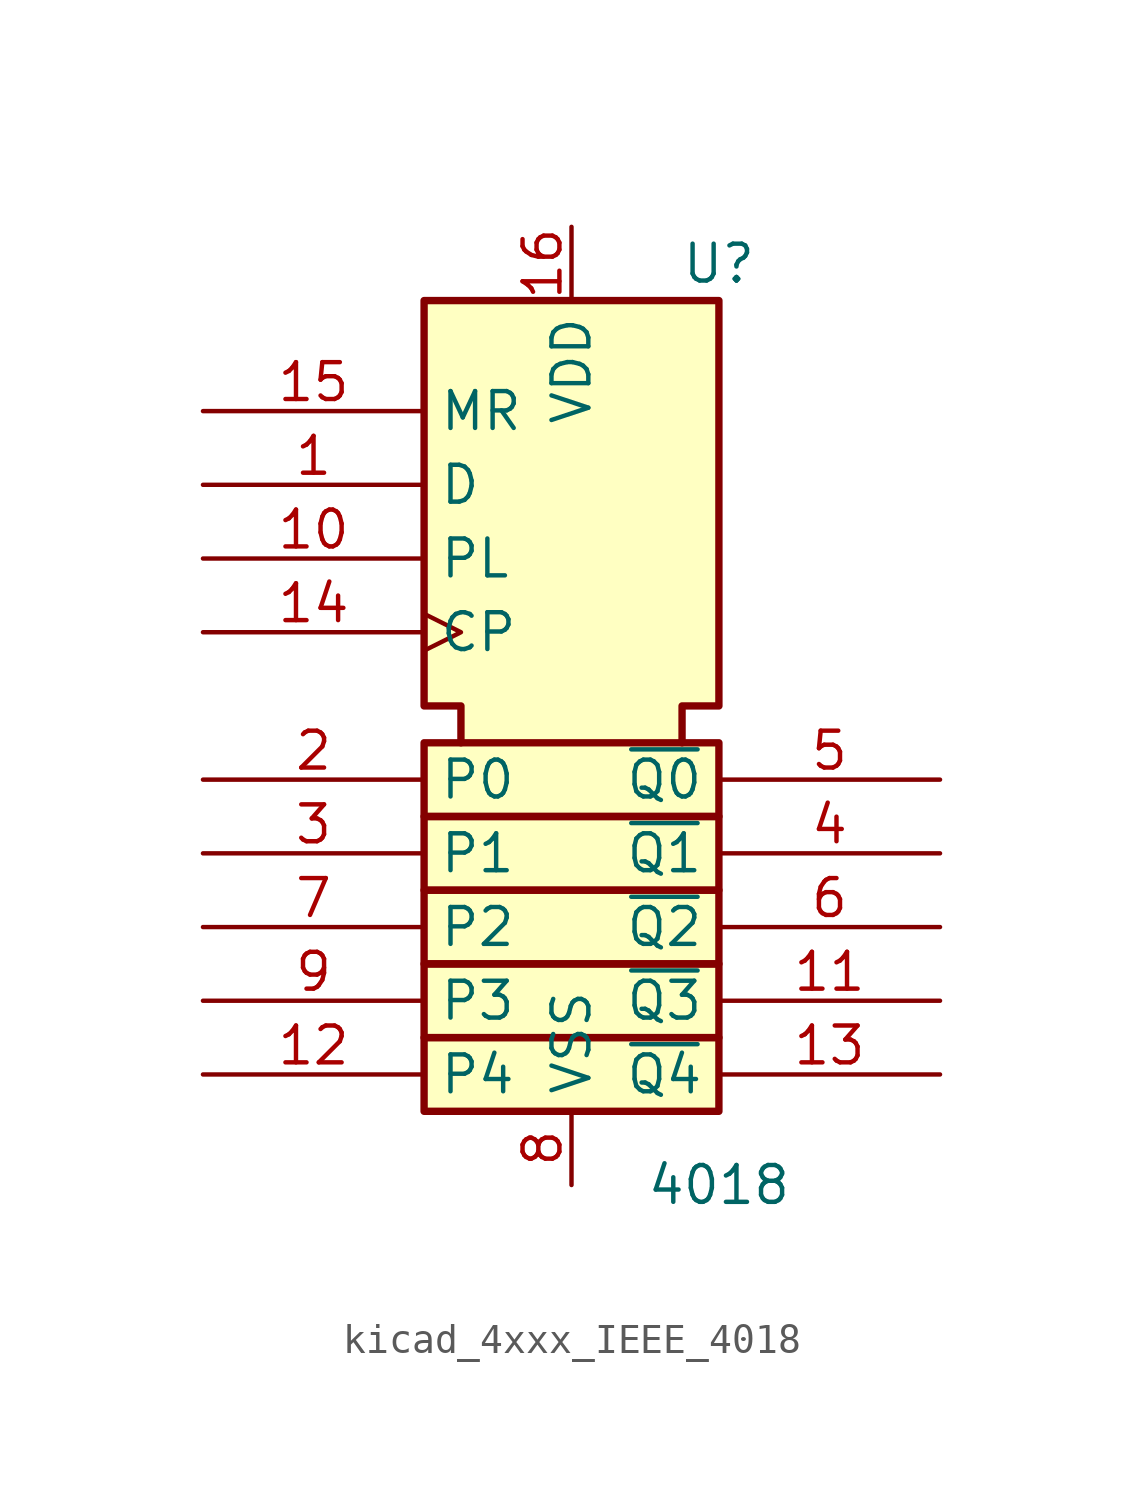
<source format=kicad_sym>
(kicad_symbol_lib
  (version 20220914)
  (generator kicad_symbol_editor)
  (symbol "kicad_4xxx_IEEE_4018"
    (property "Reference" "U"
      (at 5.08 15.24 0)
      (effects (font (size 1.27 1.27))))
    (property "Value" "4018"
      (at 5.08 -16.51 0)
      (effects (font (size 1.27 1.27))))
    (symbol "kicad_4xxx_IEEE_4018_0_1"
      (rectangle (start -5.08 -11.43) (end 5.08 -13.97) (stroke (width 0.254) (type default)) (fill (type background)))
      (rectangle (start -5.08 -8.89) (end 5.08 -11.43) (stroke (width 0.254) (type default)) (fill (type background)))
      (rectangle (start -5.08 -6.35) (end 5.08 -8.89) (stroke (width 0.254) (type default)) (fill (type background)))
      (rectangle (start -5.08 -3.81) (end 5.08 -6.35) (stroke (width 0.254) (type default)) (fill (type background)))
      (rectangle (start -5.08 -1.27) (end 5.08 -3.81) (stroke (width 0.254) (type default)) (fill (type background)))
      (polyline (pts (xy -3.81 -1.27) (xy -3.81 0) (xy -5.08 0) (xy -5.08 13.97) (xy 5.08 13.97) (xy 5.08 0) (xy 3.81 0) (xy 3.81 -1.27) (xy 3.81 -1.27)) (stroke (width 0.254) (type default)) (fill (type background))))
    (symbol "kicad_4xxx_IEEE_4018_1_1"
      (pin input line (at -12.7 7.62 0) (length 7.62) (name "D" (effects (font (size 1.27 1.27)))) (number "1" (effects (font (size 1.27 1.27)))))
      (pin input line (at -12.7 5.08 0) (length 7.62) (name "PL" (effects (font (size 1.27 1.27)))) (number "10" (effects (font (size 1.27 1.27)))))
      (pin output line (at 12.7 -10.16 180) (length 7.62) (name "~{Q3}" (effects (font (size 1.27 1.27)))) (number "11" (effects (font (size 1.27 1.27)))))
      (pin input line (at -12.7 -12.7 0) (length 7.62) (name "P4" (effects (font (size 1.27 1.27)))) (number "12" (effects (font (size 1.27 1.27)))))
      (pin output line (at 12.7 -12.7 180) (length 7.62) (name "~{Q4}" (effects (font (size 1.27 1.27)))) (number "13" (effects (font (size 1.27 1.27)))))
      (pin input clock (at -12.7 2.54 0) (length 7.62) (name "CP" (effects (font (size 1.27 1.27)))) (number "14" (effects (font (size 1.27 1.27)))))
      (pin input line (at -12.7 10.16 0) (length 7.62) (name "MR" (effects (font (size 1.27 1.27)))) (number "15" (effects (font (size 1.27 1.27)))))
      (pin power_in line (at 0 16.51 270) (length 2.54) (name "VDD" (effects (font (size 1.27 1.27)))) (number "16" (effects (font (size 1.27 1.27)))))
      (pin input line (at -12.7 -2.54 0) (length 7.62) (name "P0" (effects (font (size 1.27 1.27)))) (number "2" (effects (font (size 1.27 1.27)))))
      (pin input line (at -12.7 -5.08 0) (length 7.62) (name "P1" (effects (font (size 1.27 1.27)))) (number "3" (effects (font (size 1.27 1.27)))))
      (pin output line (at 12.7 -5.08 180) (length 7.62) (name "~{Q1}" (effects (font (size 1.27 1.27)))) (number "4" (effects (font (size 1.27 1.27)))))
      (pin output line (at 12.7 -2.54 180) (length 7.62) (name "~{Q0}" (effects (font (size 1.27 1.27)))) (number "5" (effects (font (size 1.27 1.27)))))
      (pin output line (at 12.7 -7.62 180) (length 7.62) (name "~{Q2}" (effects (font (size 1.27 1.27)))) (number "6" (effects (font (size 1.27 1.27)))))
      (pin input line (at -12.7 -7.62 0) (length 7.62) (name "P2" (effects (font (size 1.27 1.27)))) (number "7" (effects (font (size 1.27 1.27)))))
      (pin power_in line (at 0 -16.51 90) (length 2.54) (name "VSS" (effects (font (size 1.27 1.27)))) (number "8" (effects (font (size 1.27 1.27)))))
      (pin input line (at -12.7 -10.16 0) (length 7.62) (name "P3" (effects (font (size 1.27 1.27)))) (number "9" (effects (font (size 1.27 1.27))))))))
</source>
